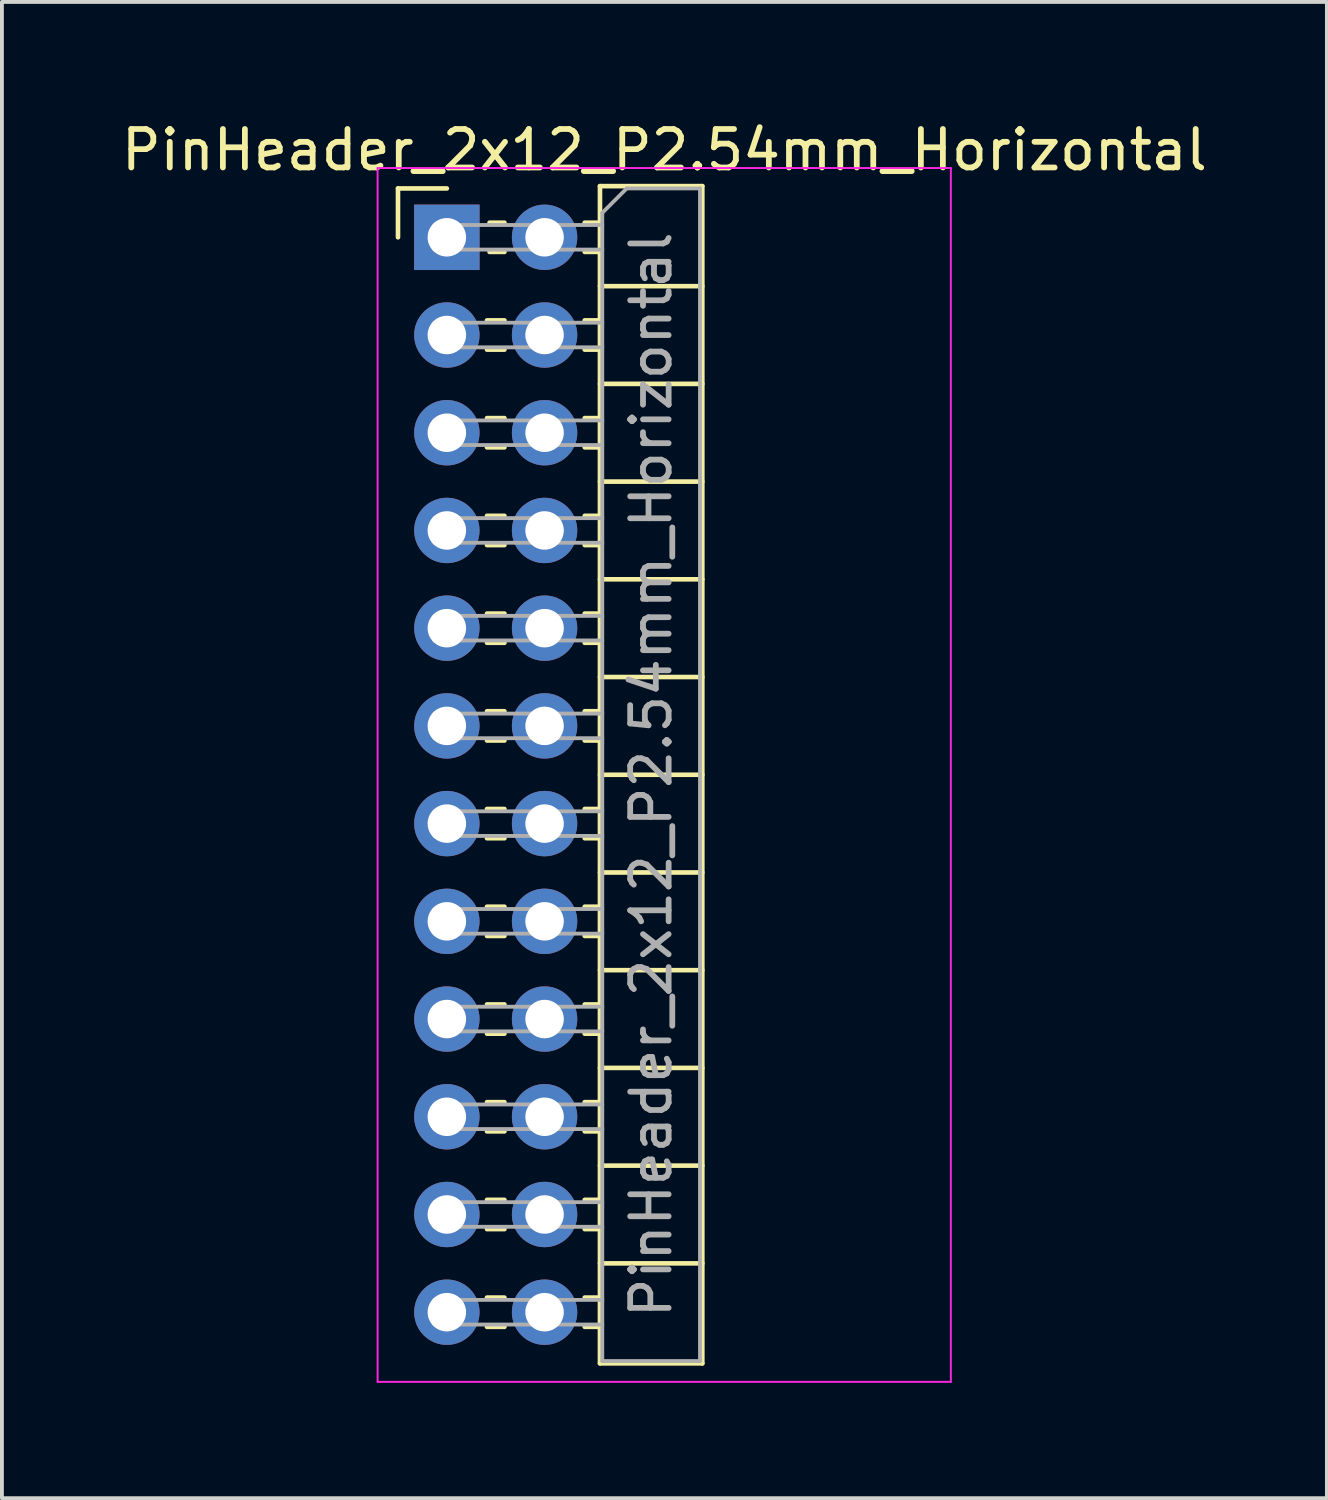
<source format=kicad_pcb>
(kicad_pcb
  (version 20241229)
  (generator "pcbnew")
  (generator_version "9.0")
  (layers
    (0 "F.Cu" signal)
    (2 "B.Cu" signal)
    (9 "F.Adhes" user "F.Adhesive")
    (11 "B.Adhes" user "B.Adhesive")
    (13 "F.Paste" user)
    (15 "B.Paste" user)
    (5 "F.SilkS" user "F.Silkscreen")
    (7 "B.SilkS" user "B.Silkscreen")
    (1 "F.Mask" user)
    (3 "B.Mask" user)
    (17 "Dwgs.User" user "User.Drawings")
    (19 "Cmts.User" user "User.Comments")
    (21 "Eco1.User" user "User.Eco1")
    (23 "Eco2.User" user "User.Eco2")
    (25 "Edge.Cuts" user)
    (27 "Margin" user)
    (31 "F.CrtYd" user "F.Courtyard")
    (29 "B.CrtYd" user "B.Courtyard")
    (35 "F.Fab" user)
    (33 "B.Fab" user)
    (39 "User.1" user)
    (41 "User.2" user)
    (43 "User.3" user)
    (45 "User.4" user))
  (footprint "PinHeader_2x12_P2.54mm_Horizontal"
    (layer "F.Cu")
    (at 8.565 3.118)
    (property "Reference" "PinHeader_2x12_P2.54mm_Horizontal" (at 5.655 -2.27 180) (layer "F.SilkS") (effects (font (size 1 1) (thickness 0.15))))
    (attr through_hole)
    (fp_line (start -1.27 -1.27) (end 0 -1.27) (stroke (width 0.12) (type solid)) (layer "F.SilkS"))
    (fp_line (start -1.27 0) (end -1.27 -1.27) (stroke (width 0.12) (type solid)) (layer "F.SilkS"))
    (fp_line (start 1.043 2.16) (end 1.497 2.16) (stroke (width 0.12) (type solid)) (layer "F.SilkS"))
    (fp_line (start 1.043 2.92) (end 1.497 2.92) (stroke (width 0.12) (type solid)) (layer "F.SilkS"))
    (fp_line (start 1.043 4.7) (end 1.497 4.7) (stroke (width 0.12) (type solid)) (layer "F.SilkS"))
    (fp_line (start 1.043 5.46) (end 1.497 5.46) (stroke (width 0.12) (type solid)) (layer "F.SilkS"))
    (fp_line (start 1.043 7.24) (end 1.497 7.24) (stroke (width 0.12) (type solid)) (layer "F.SilkS"))
    (fp_line (start 1.043 8) (end 1.497 8) (stroke (width 0.12) (type solid)) (layer "F.SilkS"))
    (fp_line (start 1.043 9.78) (end 1.497 9.78) (stroke (width 0.12) (type solid)) (layer "F.SilkS"))
    (fp_line (start 1.043 10.54) (end 1.497 10.54) (stroke (width 0.12) (type solid)) (layer "F.SilkS"))
    (fp_line (start 1.043 12.32) (end 1.497 12.32) (stroke (width 0.12) (type solid)) (layer "F.SilkS"))
    (fp_line (start 1.043 13.08) (end 1.497 13.08) (stroke (width 0.12) (type solid)) (layer "F.SilkS"))
    (fp_line (start 1.043 14.86) (end 1.497 14.86) (stroke (width 0.12) (type solid)) (layer "F.SilkS"))
    (fp_line (start 1.043 15.62) (end 1.497 15.62) (stroke (width 0.12) (type solid)) (layer "F.SilkS"))
    (fp_line (start 1.043 17.4) (end 1.497 17.4) (stroke (width 0.12) (type solid)) (layer "F.SilkS"))
    (fp_line (start 1.043 18.16) (end 1.497 18.16) (stroke (width 0.12) (type solid)) (layer "F.SilkS"))
    (fp_line (start 1.043 19.94) (end 1.497 19.94) (stroke (width 0.12) (type solid)) (layer "F.SilkS"))
    (fp_line (start 1.043 20.7) (end 1.497 20.7) (stroke (width 0.12) (type solid)) (layer "F.SilkS"))
    (fp_line (start 1.043 22.48) (end 1.497 22.48) (stroke (width 0.12) (type solid)) (layer "F.SilkS"))
    (fp_line (start 1.043 23.24) (end 1.497 23.24) (stroke (width 0.12) (type solid)) (layer "F.SilkS"))
    (fp_line (start 1.043 25.02) (end 1.497 25.02) (stroke (width 0.12) (type solid)) (layer "F.SilkS"))
    (fp_line (start 1.043 25.78) (end 1.497 25.78) (stroke (width 0.12) (type solid)) (layer "F.SilkS"))
    (fp_line (start 1.043 27.56) (end 1.497 27.56) (stroke (width 0.12) (type solid)) (layer "F.SilkS"))
    (fp_line (start 1.043 28.32) (end 1.497 28.32) (stroke (width 0.12) (type solid)) (layer "F.SilkS"))
    (fp_line (start 1.11 -0.38) (end 1.497 -0.38) (stroke (width 0.12) (type solid)) (layer "F.SilkS"))
    (fp_line (start 1.11 0.38) (end 1.497 0.38) (stroke (width 0.12) (type solid)) (layer "F.SilkS"))
    (fp_line (start 3.583 -0.38) (end 3.98 -0.38) (stroke (width 0.12) (type solid)) (layer "F.SilkS"))
    (fp_line (start 3.583 0.38) (end 3.98 0.38) (stroke (width 0.12) (type solid)) (layer "F.SilkS"))
    (fp_line (start 3.583 2.16) (end 3.98 2.16) (stroke (width 0.12) (type solid)) (layer "F.SilkS"))
    (fp_line (start 3.583 2.92) (end 3.98 2.92) (stroke (width 0.12) (type solid)) (layer "F.SilkS"))
    (fp_line (start 3.583 4.7) (end 3.98 4.7) (stroke (width 0.12) (type solid)) (layer "F.SilkS"))
    (fp_line (start 3.583 5.46) (end 3.98 5.46) (stroke (width 0.12) (type solid)) (layer "F.SilkS"))
    (fp_line (start 3.583 7.24) (end 3.98 7.24) (stroke (width 0.12) (type solid)) (layer "F.SilkS"))
    (fp_line (start 3.583 8) (end 3.98 8) (stroke (width 0.12) (type solid)) (layer "F.SilkS"))
    (fp_line (start 3.583 9.78) (end 3.98 9.78) (stroke (width 0.12) (type solid)) (layer "F.SilkS"))
    (fp_line (start 3.583 10.54) (end 3.98 10.54) (stroke (width 0.12) (type solid)) (layer "F.SilkS"))
    (fp_line (start 3.583 12.32) (end 3.98 12.32) (stroke (width 0.12) (type solid)) (layer "F.SilkS"))
    (fp_line (start 3.583 13.08) (end 3.98 13.08) (stroke (width 0.12) (type solid)) (layer "F.SilkS"))
    (fp_line (start 3.583 14.86) (end 3.98 14.86) (stroke (width 0.12) (type solid)) (layer "F.SilkS"))
    (fp_line (start 3.583 15.62) (end 3.98 15.62) (stroke (width 0.12) (type solid)) (layer "F.SilkS"))
    (fp_line (start 3.583 17.4) (end 3.98 17.4) (stroke (width 0.12) (type solid)) (layer "F.SilkS"))
    (fp_line (start 3.583 18.16) (end 3.98 18.16) (stroke (width 0.12) (type solid)) (layer "F.SilkS"))
    (fp_line (start 3.583 19.94) (end 3.98 19.94) (stroke (width 0.12) (type solid)) (layer "F.SilkS"))
    (fp_line (start 3.583 20.7) (end 3.98 20.7) (stroke (width 0.12) (type solid)) (layer "F.SilkS"))
    (fp_line (start 3.583 22.48) (end 3.98 22.48) (stroke (width 0.12) (type solid)) (layer "F.SilkS"))
    (fp_line (start 3.583 23.24) (end 3.98 23.24) (stroke (width 0.12) (type solid)) (layer "F.SilkS"))
    (fp_line (start 3.583 25.02) (end 3.98 25.02) (stroke (width 0.12) (type solid)) (layer "F.SilkS"))
    (fp_line (start 3.583 25.78) (end 3.98 25.78) (stroke (width 0.12) (type solid)) (layer "F.SilkS"))
    (fp_line (start 3.583 27.56) (end 3.98 27.56) (stroke (width 0.12) (type solid)) (layer "F.SilkS"))
    (fp_line (start 3.583 28.32) (end 3.98 28.32) (stroke (width 0.12) (type solid)) (layer "F.SilkS"))
    (fp_line (start 3.98 -1.33) (end 3.98 29.27) (stroke (width 0.12) (type solid)) (layer "F.SilkS"))
    (fp_line (start 3.98 1.27) (end 6.64 1.27) (stroke (width 0.12) (type solid)) (layer "F.SilkS"))
    (fp_line (start 3.98 3.81) (end 6.64 3.81) (stroke (width 0.12) (type solid)) (layer "F.SilkS"))
    (fp_line (start 3.98 6.35) (end 6.64 6.35) (stroke (width 0.12) (type solid)) (layer "F.SilkS"))
    (fp_line (start 3.98 8.89) (end 6.64 8.89) (stroke (width 0.12) (type solid)) (layer "F.SilkS"))
    (fp_line (start 3.98 11.43) (end 6.64 11.43) (stroke (width 0.12) (type solid)) (layer "F.SilkS"))
    (fp_line (start 3.98 13.97) (end 6.64 13.97) (stroke (width 0.12) (type solid)) (layer "F.SilkS"))
    (fp_line (start 3.98 16.51) (end 6.64 16.51) (stroke (width 0.12) (type solid)) (layer "F.SilkS"))
    (fp_line (start 3.98 19.05) (end 6.64 19.05) (stroke (width 0.12) (type solid)) (layer "F.SilkS"))
    (fp_line (start 3.98 21.59) (end 6.64 21.59) (stroke (width 0.12) (type solid)) (layer "F.SilkS"))
    (fp_line (start 3.98 24.13) (end 6.64 24.13) (stroke (width 0.12) (type solid)) (layer "F.SilkS"))
    (fp_line (start 3.98 26.67) (end 6.64 26.67) (stroke (width 0.12) (type solid)) (layer "F.SilkS"))
    (fp_line (start 3.98 29.27) (end 6.64 29.27) (stroke (width 0.12) (type solid)) (layer "F.SilkS"))
    (fp_line (start 6.64 -1.33) (end 3.98 -1.33) (stroke (width 0.12) (type solid)) (layer "F.SilkS"))
    (fp_line (start 6.64 29.27) (end 6.64 -1.33) (stroke (width 0.12) (type solid)) (layer "F.SilkS"))
    (fp_line (start -1.8 -1.8) (end -1.8 29.75) (stroke (width 0.05) (type solid)) (layer "F.CrtYd"))
    (fp_line (start -1.8 29.75) (end 13.1 29.75) (stroke (width 0.05) (type solid)) (layer "F.CrtYd"))
    (fp_line (start 13.1 -1.8) (end -1.8 -1.8) (stroke (width 0.05) (type solid)) (layer "F.CrtYd"))
    (fp_line (start 13.1 29.75) (end 13.1 -1.8) (stroke (width 0.05) (type solid)) (layer "F.CrtYd"))
    (fp_line (start -0.32 -0.32) (end -0.32 0.32) (stroke (width 0.1) (type solid)) (layer "F.Fab"))
    (fp_line (start -0.32 -0.32) (end 4.04 -0.32) (stroke (width 0.1) (type solid)) (layer "F.Fab"))
    (fp_line (start -0.32 0.32) (end 4.04 0.32) (stroke (width 0.1) (type solid)) (layer "F.Fab"))
    (fp_line (start -0.32 2.22) (end -0.32 2.86) (stroke (width 0.1) (type solid)) (layer "F.Fab"))
    (fp_line (start -0.32 2.22) (end 4.04 2.22) (stroke (width 0.1) (type solid)) (layer "F.Fab"))
    (fp_line (start -0.32 2.86) (end 4.04 2.86) (stroke (width 0.1) (type solid)) (layer "F.Fab"))
    (fp_line (start -0.32 4.76) (end -0.32 5.4) (stroke (width 0.1) (type solid)) (layer "F.Fab"))
    (fp_line (start -0.32 4.76) (end 4.04 4.76) (stroke (width 0.1) (type solid)) (layer "F.Fab"))
    (fp_line (start -0.32 5.4) (end 4.04 5.4) (stroke (width 0.1) (type solid)) (layer "F.Fab"))
    (fp_line (start -0.32 7.3) (end -0.32 7.94) (stroke (width 0.1) (type solid)) (layer "F.Fab"))
    (fp_line (start -0.32 7.3) (end 4.04 7.3) (stroke (width 0.1) (type solid)) (layer "F.Fab"))
    (fp_line (start -0.32 7.94) (end 4.04 7.94) (stroke (width 0.1) (type solid)) (layer "F.Fab"))
    (fp_line (start -0.32 9.84) (end -0.32 10.48) (stroke (width 0.1) (type solid)) (layer "F.Fab"))
    (fp_line (start -0.32 9.84) (end 4.04 9.84) (stroke (width 0.1) (type solid)) (layer "F.Fab"))
    (fp_line (start -0.32 10.48) (end 4.04 10.48) (stroke (width 0.1) (type solid)) (layer "F.Fab"))
    (fp_line (start -0.32 12.38) (end -0.32 13.02) (stroke (width 0.1) (type solid)) (layer "F.Fab"))
    (fp_line (start -0.32 12.38) (end 4.04 12.38) (stroke (width 0.1) (type solid)) (layer "F.Fab"))
    (fp_line (start -0.32 13.02) (end 4.04 13.02) (stroke (width 0.1) (type solid)) (layer "F.Fab"))
    (fp_line (start -0.32 14.92) (end -0.32 15.56) (stroke (width 0.1) (type solid)) (layer "F.Fab"))
    (fp_line (start -0.32 14.92) (end 4.04 14.92) (stroke (width 0.1) (type solid)) (layer "F.Fab"))
    (fp_line (start -0.32 15.56) (end 4.04 15.56) (stroke (width 0.1) (type solid)) (layer "F.Fab"))
    (fp_line (start -0.32 17.46) (end -0.32 18.1) (stroke (width 0.1) (type solid)) (layer "F.Fab"))
    (fp_line (start -0.32 17.46) (end 4.04 17.46) (stroke (width 0.1) (type solid)) (layer "F.Fab"))
    (fp_line (start -0.32 18.1) (end 4.04 18.1) (stroke (width 0.1) (type solid)) (layer "F.Fab"))
    (fp_line (start -0.32 20) (end -0.32 20.64) (stroke (width 0.1) (type solid)) (layer "F.Fab"))
    (fp_line (start -0.32 20) (end 4.04 20) (stroke (width 0.1) (type solid)) (layer "F.Fab"))
    (fp_line (start -0.32 20.64) (end 4.04 20.64) (stroke (width 0.1) (type solid)) (layer "F.Fab"))
    (fp_line (start -0.32 22.54) (end -0.32 23.18) (stroke (width 0.1) (type solid)) (layer "F.Fab"))
    (fp_line (start -0.32 22.54) (end 4.04 22.54) (stroke (width 0.1) (type solid)) (layer "F.Fab"))
    (fp_line (start -0.32 23.18) (end 4.04 23.18) (stroke (width 0.1) (type solid)) (layer "F.Fab"))
    (fp_line (start -0.32 25.08) (end -0.32 25.72) (stroke (width 0.1) (type solid)) (layer "F.Fab"))
    (fp_line (start -0.32 25.08) (end 4.04 25.08) (stroke (width 0.1) (type solid)) (layer "F.Fab"))
    (fp_line (start -0.32 25.72) (end 4.04 25.72) (stroke (width 0.1) (type solid)) (layer "F.Fab"))
    (fp_line (start -0.32 27.62) (end -0.32 28.26) (stroke (width 0.1) (type solid)) (layer "F.Fab"))
    (fp_line (start -0.32 27.62) (end 4.04 27.62) (stroke (width 0.1) (type solid)) (layer "F.Fab"))
    (fp_line (start -0.32 28.26) (end 4.04 28.26) (stroke (width 0.1) (type solid)) (layer "F.Fab"))
    (fp_line (start 4.04 -0.635) (end 4.675 -1.27) (stroke (width 0.1) (type solid)) (layer "F.Fab"))
    (fp_line (start 4.04 29.21) (end 4.04 -0.635) (stroke (width 0.1) (type solid)) (layer "F.Fab"))
    (fp_line (start 4.675 -1.27) (end 6.58 -1.27) (stroke (width 0.1) (type solid)) (layer "F.Fab"))
    (fp_line (start 6.58 -1.27) (end 6.58 29.21) (stroke (width 0.1) (type solid)) (layer "F.Fab"))
    (fp_line (start 6.58 29.21) (end 4.04 29.21) (stroke (width 0.1) (type solid)) (layer "F.Fab"))
    (fp_text user "${REFERENCE}" (at 5.31 13.97 270) (layer "F.Fab") (effects (font (size 1 1) (thickness 0.15))))
    (pad "1" thru_hole rect (at 0 0) (size 1.7 1.7) (drill 1) (layers "*.Cu" "*.Mask"))
    (pad "2" thru_hole oval (at 2.54 0) (size 1.7 1.7) (drill 1) (layers "*.Cu" "*.Mask"))
    (pad "3" thru_hole oval (at 0 2.54) (size 1.7 1.7) (drill 1) (layers "*.Cu" "*.Mask"))
    (pad "4" thru_hole oval (at 2.54 2.54) (size 1.7 1.7) (drill 1) (layers "*.Cu" "*.Mask"))
    (pad "5" thru_hole oval (at 0 5.08) (size 1.7 1.7) (drill 1) (layers "*.Cu" "*.Mask"))
    (pad "6" thru_hole oval (at 2.54 5.08) (size 1.7 1.7) (drill 1) (layers "*.Cu" "*.Mask"))
    (pad "7" thru_hole oval (at 0 7.62) (size 1.7 1.7) (drill 1) (layers "*.Cu" "*.Mask"))
    (pad "8" thru_hole oval (at 2.54 7.62) (size 1.7 1.7) (drill 1) (layers "*.Cu" "*.Mask"))
    (pad "9" thru_hole oval (at 0 10.16) (size 1.7 1.7) (drill 1) (layers "*.Cu" "*.Mask"))
    (pad "10" thru_hole oval (at 2.54 10.16) (size 1.7 1.7) (drill 1) (layers "*.Cu" "*.Mask"))
    (pad "11" thru_hole oval (at 0 12.7) (size 1.7 1.7) (drill 1) (layers "*.Cu" "*.Mask"))
    (pad "12" thru_hole oval (at 2.54 12.7) (size 1.7 1.7) (drill 1) (layers "*.Cu" "*.Mask"))
    (pad "13" thru_hole oval (at 0 15.24) (size 1.7 1.7) (drill 1) (layers "*.Cu" "*.Mask"))
    (pad "14" thru_hole oval (at 2.54 15.24) (size 1.7 1.7) (drill 1) (layers "*.Cu" "*.Mask"))
    (pad "15" thru_hole oval (at 0 17.78) (size 1.7 1.7) (drill 1) (layers "*.Cu" "*.Mask"))
    (pad "16" thru_hole oval (at 2.54 17.78) (size 1.7 1.7) (drill 1) (layers "*.Cu" "*.Mask"))
    (pad "17" thru_hole oval (at 0 20.32) (size 1.7 1.7) (drill 1) (layers "*.Cu" "*.Mask"))
    (pad "18" thru_hole oval (at 2.54 20.32) (size 1.7 1.7) (drill 1) (layers "*.Cu" "*.Mask"))
    (pad "19" thru_hole oval (at 0 22.86) (size 1.7 1.7) (drill 1) (layers "*.Cu" "*.Mask"))
    (pad "20" thru_hole oval (at 2.54 22.86) (size 1.7 1.7) (drill 1) (layers "*.Cu" "*.Mask"))
    (pad "21" thru_hole oval (at 0 25.4) (size 1.7 1.7) (drill 1) (layers "*.Cu" "*.Mask"))
    (pad "22" thru_hole oval (at 2.54 25.4) (size 1.7 1.7) (drill 1) (layers "*.Cu" "*.Mask"))
    (pad "23" thru_hole oval (at 0 27.94) (size 1.7 1.7) (drill 1) (layers "*.Cu" "*.Mask"))
    (pad "24" thru_hole oval (at 2.54 27.94) (size 1.7 1.7) (drill 1) (layers "*.Cu" "*.Mask")))
  (gr_rect
    (start -3 -3)
    (end 31.44 35.893)
    (stroke (width 0.1) (type default))
    (fill no)
    (layer "Edge.Cuts")))
</source>
